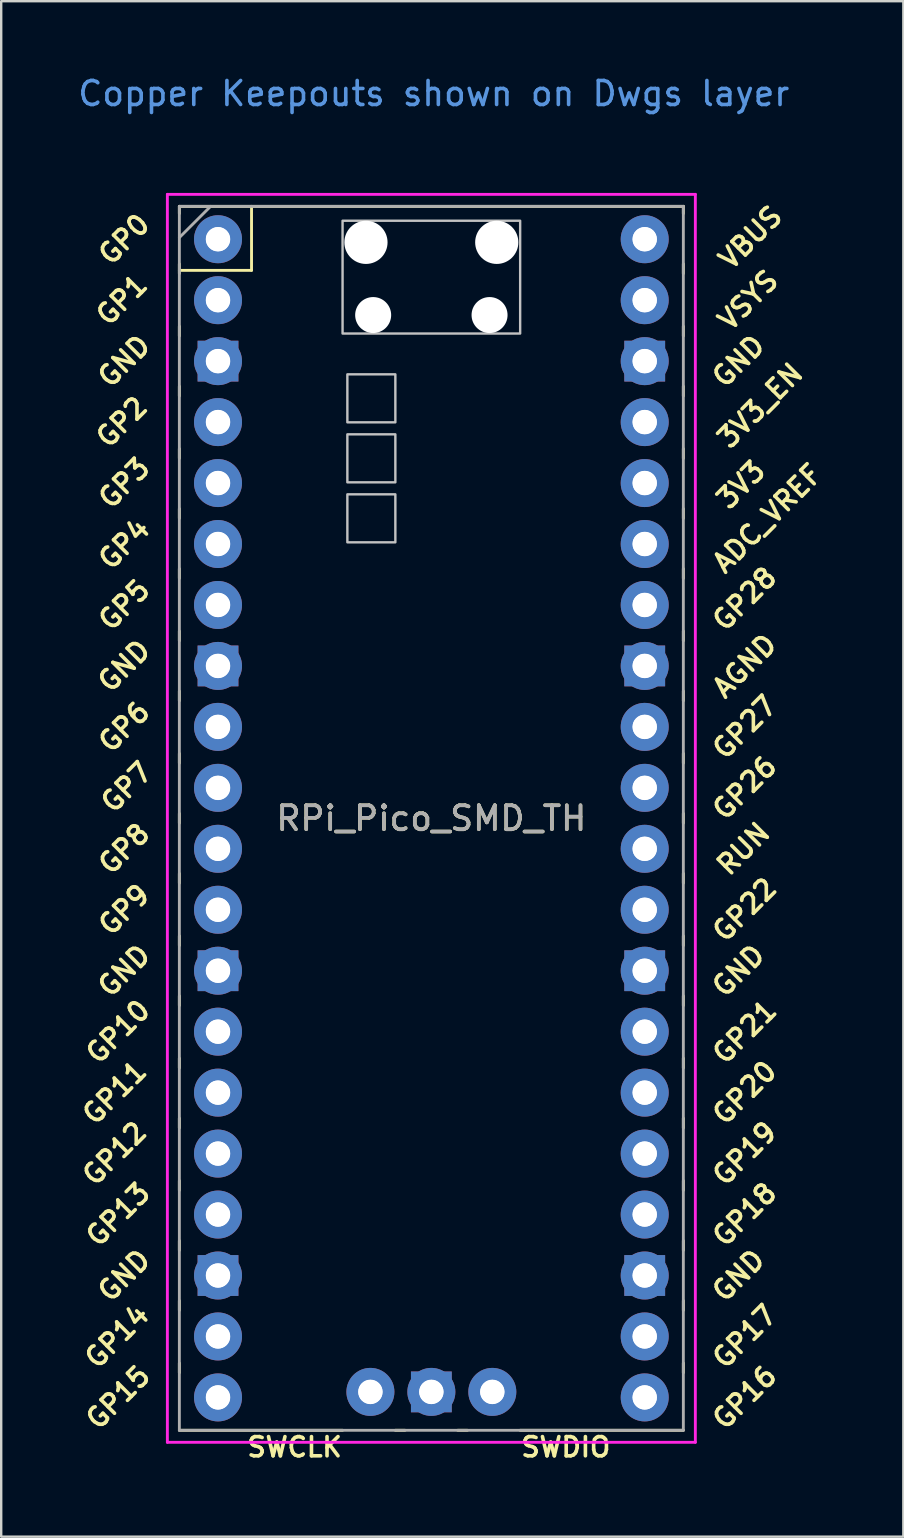
<source format=kicad_pcb>
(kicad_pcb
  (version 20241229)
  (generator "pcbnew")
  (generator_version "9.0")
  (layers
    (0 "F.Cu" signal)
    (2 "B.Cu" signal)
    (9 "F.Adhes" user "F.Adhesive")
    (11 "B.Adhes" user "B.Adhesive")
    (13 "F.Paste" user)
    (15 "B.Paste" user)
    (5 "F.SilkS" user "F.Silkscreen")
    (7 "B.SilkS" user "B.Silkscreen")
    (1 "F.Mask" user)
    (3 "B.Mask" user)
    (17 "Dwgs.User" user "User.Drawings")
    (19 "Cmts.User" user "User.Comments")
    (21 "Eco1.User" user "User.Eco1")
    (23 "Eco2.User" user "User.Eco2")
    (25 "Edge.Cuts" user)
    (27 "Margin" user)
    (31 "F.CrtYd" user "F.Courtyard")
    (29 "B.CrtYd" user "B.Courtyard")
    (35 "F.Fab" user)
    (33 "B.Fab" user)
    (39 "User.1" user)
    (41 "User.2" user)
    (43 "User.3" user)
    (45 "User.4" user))
  (footprint "RPi_Pico_SMD_TH"
    (layer "F.Cu")
    (at 14.924 31.048)
    (property "Reference" "RPi_Pico_SMD_TH" (at 0 0 0) (layer "F.SilkS") (effects (font (size 1 1) (thickness 0.15))))
    (attr through_hole)
    (fp_line (start -10.5 -25.5) (end -10.5 -25.2) (stroke (width 0.12) (type solid)) (layer "F.SilkS"))
    (fp_line (start -10.5 -25.5) (end 10.5 -25.5) (stroke (width 0.12) (type solid)) (layer "F.SilkS"))
    (fp_line (start -10.5 -23.1) (end -10.5 -22.7) (stroke (width 0.12) (type solid)) (layer "F.SilkS"))
    (fp_line (start -10.5 -22.833) (end -7.493 -22.833) (stroke (width 0.12) (type solid)) (layer "F.SilkS"))
    (fp_line (start -10.5 -20.5) (end -10.5 -20.1) (stroke (width 0.12) (type solid)) (layer "F.SilkS"))
    (fp_line (start -10.5 -18) (end -10.5 -17.6) (stroke (width 0.12) (type solid)) (layer "F.SilkS"))
    (fp_line (start -10.5 -15.4) (end -10.5 -15) (stroke (width 0.12) (type solid)) (layer "F.SilkS"))
    (fp_line (start -10.5 -12.9) (end -10.5 -12.5) (stroke (width 0.12) (type solid)) (layer "F.SilkS"))
    (fp_line (start -10.5 -10.4) (end -10.5 -10) (stroke (width 0.12) (type solid)) (layer "F.SilkS"))
    (fp_line (start -10.5 -7.8) (end -10.5 -7.4) (stroke (width 0.12) (type solid)) (layer "F.SilkS"))
    (fp_line (start -10.5 -5.3) (end -10.5 -4.9) (stroke (width 0.12) (type solid)) (layer "F.SilkS"))
    (fp_line (start -10.5 -2.7) (end -10.5 -2.3) (stroke (width 0.12) (type solid)) (layer "F.SilkS"))
    (fp_line (start -10.5 -0.2) (end -10.5 0.2) (stroke (width 0.12) (type solid)) (layer "F.SilkS"))
    (fp_line (start -10.5 2.3) (end -10.5 2.7) (stroke (width 0.12) (type solid)) (layer "F.SilkS"))
    (fp_line (start -10.5 4.9) (end -10.5 5.3) (stroke (width 0.12) (type solid)) (layer "F.SilkS"))
    (fp_line (start -10.5 7.4) (end -10.5 7.8) (stroke (width 0.12) (type solid)) (layer "F.SilkS"))
    (fp_line (start -10.5 10) (end -10.5 10.4) (stroke (width 0.12) (type solid)) (layer "F.SilkS"))
    (fp_line (start -10.5 12.5) (end -10.5 12.9) (stroke (width 0.12) (type solid)) (layer "F.SilkS"))
    (fp_line (start -10.5 15.1) (end -10.5 15.5) (stroke (width 0.12) (type solid)) (layer "F.SilkS"))
    (fp_line (start -10.5 17.6) (end -10.5 18) (stroke (width 0.12) (type solid)) (layer "F.SilkS"))
    (fp_line (start -10.5 20.1) (end -10.5 20.5) (stroke (width 0.12) (type solid)) (layer "F.SilkS"))
    (fp_line (start -10.5 22.7) (end -10.5 23.1) (stroke (width 0.12) (type solid)) (layer "F.SilkS"))
    (fp_line (start -7.493 -22.833) (end -7.493 -25.5) (stroke (width 0.12) (type solid)) (layer "F.SilkS"))
    (fp_line (start -3.7 25.5) (end -10.5 25.5) (stroke (width 0.12) (type solid)) (layer "F.SilkS"))
    (fp_line (start -1.5 25.5) (end -1.1 25.5) (stroke (width 0.12) (type solid)) (layer "F.SilkS"))
    (fp_line (start 1.1 25.5) (end 1.5 25.5) (stroke (width 0.12) (type solid)) (layer "F.SilkS"))
    (fp_line (start 10.5 -25.5) (end 10.5 -25.2) (stroke (width 0.12) (type solid)) (layer "F.SilkS"))
    (fp_line (start 10.5 -23.1) (end 10.5 -22.7) (stroke (width 0.12) (type solid)) (layer "F.SilkS"))
    (fp_line (start 10.5 -20.5) (end 10.5 -20.1) (stroke (width 0.12) (type solid)) (layer "F.SilkS"))
    (fp_line (start 10.5 -18) (end 10.5 -17.6) (stroke (width 0.12) (type solid)) (layer "F.SilkS"))
    (fp_line (start 10.5 -15.4) (end 10.5 -15) (stroke (width 0.12) (type solid)) (layer "F.SilkS"))
    (fp_line (start 10.5 -12.9) (end 10.5 -12.5) (stroke (width 0.12) (type solid)) (layer "F.SilkS"))
    (fp_line (start 10.5 -10.4) (end 10.5 -10) (stroke (width 0.12) (type solid)) (layer "F.SilkS"))
    (fp_line (start 10.5 -7.8) (end 10.5 -7.4) (stroke (width 0.12) (type solid)) (layer "F.SilkS"))
    (fp_line (start 10.5 -5.3) (end 10.5 -4.9) (stroke (width 0.12) (type solid)) (layer "F.SilkS"))
    (fp_line (start 10.5 -2.7) (end 10.5 -2.3) (stroke (width 0.12) (type solid)) (layer "F.SilkS"))
    (fp_line (start 10.5 -0.2) (end 10.5 0.2) (stroke (width 0.12) (type solid)) (layer "F.SilkS"))
    (fp_line (start 10.5 2.3) (end 10.5 2.7) (stroke (width 0.12) (type solid)) (layer "F.SilkS"))
    (fp_line (start 10.5 4.9) (end 10.5 5.3) (stroke (width 0.12) (type solid)) (layer "F.SilkS"))
    (fp_line (start 10.5 7.4) (end 10.5 7.8) (stroke (width 0.12) (type solid)) (layer "F.SilkS"))
    (fp_line (start 10.5 10) (end 10.5 10.4) (stroke (width 0.12) (type solid)) (layer "F.SilkS"))
    (fp_line (start 10.5 12.5) (end 10.5 12.9) (stroke (width 0.12) (type solid)) (layer "F.SilkS"))
    (fp_line (start 10.5 15.1) (end 10.5 15.5) (stroke (width 0.12) (type solid)) (layer "F.SilkS"))
    (fp_line (start 10.5 17.6) (end 10.5 18) (stroke (width 0.12) (type solid)) (layer "F.SilkS"))
    (fp_line (start 10.5 20.1) (end 10.5 20.5) (stroke (width 0.12) (type solid)) (layer "F.SilkS"))
    (fp_line (start 10.5 22.7) (end 10.5 23.1) (stroke (width 0.12) (type solid)) (layer "F.SilkS"))
    (fp_line (start 10.5 25.5) (end 3.7 25.5) (stroke (width 0.12) (type solid)) (layer "F.SilkS"))
    (fp_poly (pts (xy -1.5 -16.5) (xy -3.5 -16.5) (xy -3.5 -18.5) (xy -1.5 -18.5)) (stroke (width 0.1) (type solid)) (fill no) (layer "Dwgs.User"))
    (fp_poly (pts (xy -1.5 -14) (xy -3.5 -14) (xy -3.5 -16) (xy -1.5 -16)) (stroke (width 0.1) (type solid)) (fill no) (layer "Dwgs.User"))
    (fp_poly (pts (xy -1.5 -11.5) (xy -3.5 -11.5) (xy -3.5 -13.5) (xy -1.5 -13.5)) (stroke (width 0.1) (type solid)) (fill no) (layer "Dwgs.User"))
    (fp_poly (pts (xy 3.7 -20.2) (xy -3.7 -20.2) (xy -3.7 -24.9) (xy 3.7 -24.9)) (stroke (width 0.1) (type solid)) (fill no) (layer "Dwgs.User"))
    (fp_line (start -11 -26) (end 11 -26) (stroke (width 0.12) (type solid)) (layer "F.CrtYd"))
    (fp_line (start -11 26) (end -11 -26) (stroke (width 0.12) (type solid)) (layer "F.CrtYd"))
    (fp_line (start 11 -26) (end 11 26) (stroke (width 0.12) (type solid)) (layer "F.CrtYd"))
    (fp_line (start 11 26) (end -11 26) (stroke (width 0.12) (type solid)) (layer "F.CrtYd"))
    (fp_line (start -10.5 -25.5) (end 10.5 -25.5) (stroke (width 0.12) (type solid)) (layer "F.Fab"))
    (fp_line (start -10.5 -24.2) (end -9.2 -25.5) (stroke (width 0.12) (type solid)) (layer "F.Fab"))
    (fp_line (start -10.5 25.5) (end -10.5 -25.5) (stroke (width 0.12) (type solid)) (layer "F.Fab"))
    (fp_line (start 10.5 -25.5) (end 10.5 25.5) (stroke (width 0.12) (type solid)) (layer "F.Fab"))
    (fp_line (start 10.5 25.5) (end -10.5 25.5) (stroke (width 0.12) (type solid)) (layer "F.Fab"))
    (fp_text user "3V3" (at 12.9 -13.9 45) (layer "F.SilkS") (effects (font (size 0.8 0.8) (thickness 0.15))))
    (fp_text user "VBUS" (at 13.3 -24.2 45) (layer "F.SilkS") (effects (font (size 0.8 0.8) (thickness 0.15))))
    (fp_text user "GP16" (at 13.054 24.13 45) (layer "F.SilkS") (effects (font (size 0.8 0.8) (thickness 0.15))))
    (fp_text user "GP10" (at -13.054 8.89 45) (layer "F.SilkS") (effects (font (size 0.8 0.8) (thickness 0.15))))
    (fp_text user "GP0" (at -12.8 -24.13 45) (layer "F.SilkS") (effects (font (size 0.8 0.8) (thickness 0.15))))
    (fp_text user "GND" (at 12.8 -19.05 45) (layer "F.SilkS") (effects (font (size 0.8 0.8) (thickness 0.15))))
    (fp_text user "GP2" (at -12.9 -16.51 45) (layer "F.SilkS") (effects (font (size 0.8 0.8) (thickness 0.15))))
    (fp_text user "GND" (at 12.8 19.05 45) (layer "F.SilkS") (effects (font (size 0.8 0.8) (thickness 0.15))))
    (fp_text user "GP13" (at -13.054 16.51 45) (layer "F.SilkS") (effects (font (size 0.8 0.8) (thickness 0.15))))
    (fp_text user "GP20" (at 13.054 11.43 45) (layer "F.SilkS") (effects (font (size 0.8 0.8) (thickness 0.15))))
    (fp_text user "SWCLK" (at -5.7 26.2 0) (layer "F.SilkS") (effects (font (size 0.8 0.8) (thickness 0.15))))
    (fp_text user "GND" (at -12.8 -19.05 45) (layer "F.SilkS") (effects (font (size 0.8 0.8) (thickness 0.15))))
    (fp_text user "GP3" (at -12.8 -13.97 45) (layer "F.SilkS") (effects (font (size 0.8 0.8) (thickness 0.15))))
    (fp_text user "GP6" (at -12.8 -3.81 45) (layer "F.SilkS") (effects (font (size 0.8 0.8) (thickness 0.15))))
    (fp_text user "GP28" (at 13.054 -9.144 45) (layer "F.SilkS") (effects (font (size 0.8 0.8) (thickness 0.15))))
    (fp_text user "GP7" (at -12.7 -1.3 45) (layer "F.SilkS") (effects (font (size 0.8 0.8) (thickness 0.15))))
    (fp_text user "GP1" (at -12.9 -21.6 45) (layer "F.SilkS") (effects (font (size 0.8 0.8) (thickness 0.15))))
    (fp_text user "RUN" (at 13 1.27 45) (layer "F.SilkS") (effects (font (size 0.8 0.8) (thickness 0.15))))
    (fp_text user "3V3_EN" (at 13.7 -17.2 45) (layer "F.SilkS") (effects (font (size 0.8 0.8) (thickness 0.15))))
    (fp_text user "GP17" (at 13.054 21.59 45) (layer "F.SilkS") (effects (font (size 0.8 0.8) (thickness 0.15))))
    (fp_text user "VSYS" (at 13.2 -21.59 45) (layer "F.SilkS") (effects (font (size 0.8 0.8) (thickness 0.15))))
    (fp_text user "AGND" (at 13.054 -6.35 45) (layer "F.SilkS") (effects (font (size 0.8 0.8) (thickness 0.15))))
    (fp_text user "GP8" (at -12.8 1.27 45) (layer "F.SilkS") (effects (font (size 0.8 0.8) (thickness 0.15))))
    (fp_text user "GP5" (at -12.8 -8.89 45) (layer "F.SilkS") (effects (font (size 0.8 0.8) (thickness 0.15))))
    (fp_text user "GP9" (at -12.8 3.81 45) (layer "F.SilkS") (effects (font (size 0.8 0.8) (thickness 0.15))))
    (fp_text user "GP4" (at -12.8 -11.43 45) (layer "F.SilkS") (effects (font (size 0.8 0.8) (thickness 0.15))))
    (fp_text user "GND" (at 12.8 6.35 45) (layer "F.SilkS") (effects (font (size 0.8 0.8) (thickness 0.15))))
    (fp_text user "ADC_VREF" (at 14 -12.5 45) (layer "F.SilkS") (effects (font (size 0.8 0.8) (thickness 0.15))))
    (fp_text user "GND" (at -12.8 19.05 45) (layer "F.SilkS") (effects (font (size 0.8 0.8) (thickness 0.15))))
    (fp_text user "GP11" (at -13.2 11.43 45) (layer "F.SilkS") (effects (font (size 0.8 0.8) (thickness 0.15))))
    (fp_text user "SWDIO" (at 5.6 26.2 0) (layer "F.SilkS") (effects (font (size 0.8 0.8) (thickness 0.15))))
    (fp_text user "GP15" (at -13.054 24.13 45) (layer "F.SilkS") (effects (font (size 0.8 0.8) (thickness 0.15))))
    (fp_text user "GP22" (at 13.054 3.81 45) (layer "F.SilkS") (effects (font (size 0.8 0.8) (thickness 0.15))))
    (fp_text user "GP14" (at -13.1 21.59 45) (layer "F.SilkS") (effects (font (size 0.8 0.8) (thickness 0.15))))
    (fp_text user "GP19" (at 13.054 13.97 45) (layer "F.SilkS") (effects (font (size 0.8 0.8) (thickness 0.15))))
    (fp_text user "GP18" (at 13.054 16.51 45) (layer "F.SilkS") (effects (font (size 0.8 0.8) (thickness 0.15))))
    (fp_text user "GND" (at -12.8 -6.35 45) (layer "F.SilkS") (effects (font (size 0.8 0.8) (thickness 0.15))))
    (fp_text user "GND" (at -12.8 6.35 45) (layer "F.SilkS") (effects (font (size 0.8 0.8) (thickness 0.15))))
    (fp_text user "GP27" (at 13.054 -3.8 45) (layer "F.SilkS") (effects (font (size 0.8 0.8) (thickness 0.15))))
    (fp_text user "GP26" (at 13.054 -1.27 45) (layer "F.SilkS") (effects (font (size 0.8 0.8) (thickness 0.15))))
    (fp_text user "GP12" (at -13.2 13.97 45) (layer "F.SilkS") (effects (font (size 0.8 0.8) (thickness 0.15))))
    (fp_text user "GP21" (at 13.054 8.9 45) (layer "F.SilkS") (effects (font (size 0.8 0.8) (thickness 0.15))))
    (fp_text user "Copper Keepouts shown on Dwgs layer" (at 0.1 -30.2 0) (layer "Cmts.User") (effects (font (size 1 1) (thickness 0.15))))
    (fp_text user "${REFERENCE}" (at 0 0 180) (layer "F.Fab") (effects (font (size 1 1) (thickness 0.15))))
    (pad "" np_thru_hole oval (at -2.725 -24) (size 1.8 1.8) (drill 1.8) (layers "*.Cu" "*.Mask"))
    (pad "" np_thru_hole oval (at -2.425 -20.97) (size 1.5 1.5) (drill 1.5) (layers "*.Cu" "*.Mask"))
    (pad "" np_thru_hole oval (at 2.425 -20.97) (size 1.5 1.5) (drill 1.5) (layers "*.Cu" "*.Mask"))
    (pad "" np_thru_hole oval (at 2.725 -24) (size 1.8 1.8) (drill 1.8) (layers "*.Cu" "*.Mask"))
    (pad "1" thru_hole oval (at -8.89 -24.13) (size 1.7 1.7) (drill 1.02) (layers "*.Cu" "*.Mask"))
    (pad "1" thru_hole circle (at -8.89 -24.13) (size 2 2) (drill 1) (layers "*.Cu" "*.Mask"))
    (pad "2" thru_hole oval (at -8.89 -21.59) (size 1.7 1.7) (drill 1.02) (layers "*.Cu" "*.Mask"))
    (pad "2" thru_hole circle (at -8.89 -21.59) (size 2 2) (drill 1) (layers "*.Cu" "*.Mask"))
    (pad "3" thru_hole rect (at -8.89 -19.05) (size 1.7 1.7) (drill 1.02) (layers "*.Cu" "*.Mask"))
    (pad "3" thru_hole circle (at -8.89 -19.05) (size 2 2) (drill 1) (layers "*.Cu" "*.Mask"))
    (pad "4" thru_hole oval (at -8.89 -16.51) (size 1.7 1.7) (drill 1.02) (layers "*.Cu" "*.Mask"))
    (pad "4" thru_hole circle (at -8.89 -16.51) (size 2 2) (drill 1) (layers "*.Cu" "*.Mask"))
    (pad "5" thru_hole oval (at -8.89 -13.97) (size 1.7 1.7) (drill 1.02) (layers "*.Cu" "*.Mask"))
    (pad "5" thru_hole circle (at -8.89 -13.97) (size 2 2) (drill 1) (layers "*.Cu" "*.Mask"))
    (pad "6" thru_hole oval (at -8.89 -11.43) (size 1.7 1.7) (drill 1.02) (layers "*.Cu" "*.Mask"))
    (pad "6" thru_hole circle (at -8.89 -11.43) (size 2 2) (drill 1) (layers "*.Cu" "*.Mask"))
    (pad "7" thru_hole oval (at -8.89 -8.89) (size 1.7 1.7) (drill 1.02) (layers "*.Cu" "*.Mask"))
    (pad "7" thru_hole circle (at -8.89 -8.89) (size 2 2) (drill 1) (layers "*.Cu" "*.Mask"))
    (pad "8" thru_hole rect (at -8.89 -6.35) (size 1.7 1.7) (drill 1.02) (layers "*.Cu" "*.Mask"))
    (pad "8" thru_hole circle (at -8.89 -6.35) (size 2 2) (drill 1) (layers "*.Cu" "*.Mask"))
    (pad "9" thru_hole oval (at -8.89 -3.81) (size 1.7 1.7) (drill 1.02) (layers "*.Cu" "*.Mask"))
    (pad "9" thru_hole circle (at -8.89 -3.81) (size 2 2) (drill 1) (layers "*.Cu" "*.Mask"))
    (pad "10" thru_hole oval (at -8.89 -1.27) (size 1.7 1.7) (drill 1.02) (layers "*.Cu" "*.Mask"))
    (pad "10" thru_hole circle (at -8.89 -1.27) (size 2 2) (drill 1) (layers "*.Cu" "*.Mask"))
    (pad "11" thru_hole oval (at -8.89 1.27) (size 1.7 1.7) (drill 1.02) (layers "*.Cu" "*.Mask"))
    (pad "11" thru_hole circle (at -8.89 1.27) (size 2 2) (drill 1) (layers "*.Cu" "*.Mask"))
    (pad "12" thru_hole oval (at -8.89 3.81) (size 1.7 1.7) (drill 1.02) (layers "*.Cu" "*.Mask"))
    (pad "12" thru_hole circle (at -8.89 3.81) (size 2 2) (drill 1) (layers "*.Cu" "*.Mask"))
    (pad "13" thru_hole rect (at -8.89 6.35) (size 1.7 1.7) (drill 1.02) (layers "*.Cu" "*.Mask"))
    (pad "13" thru_hole circle (at -8.89 6.35) (size 2 2) (drill 1) (layers "*.Cu" "*.Mask"))
    (pad "14" thru_hole oval (at -8.89 8.89) (size 1.7 1.7) (drill 1.02) (layers "*.Cu" "*.Mask"))
    (pad "14" thru_hole circle (at -8.89 8.89) (size 2 2) (drill 1) (layers "*.Cu" "*.Mask"))
    (pad "15" thru_hole oval (at -8.89 11.43) (size 1.7 1.7) (drill 1.02) (layers "*.Cu" "*.Mask"))
    (pad "15" thru_hole circle (at -8.89 11.43) (size 2 2) (drill 1) (layers "*.Cu" "*.Mask"))
    (pad "16" thru_hole oval (at -8.89 13.97) (size 1.7 1.7) (drill 1.02) (layers "*.Cu" "*.Mask"))
    (pad "16" thru_hole circle (at -8.89 13.97) (size 2 2) (drill 1) (layers "*.Cu" "*.Mask"))
    (pad "17" thru_hole oval (at -8.89 16.51) (size 1.7 1.7) (drill 1.02) (layers "*.Cu" "*.Mask"))
    (pad "17" thru_hole circle (at -8.89 16.51) (size 2 2) (drill 1) (layers "*.Cu" "*.Mask"))
    (pad "18" thru_hole rect (at -8.89 19.05) (size 1.7 1.7) (drill 1.02) (layers "*.Cu" "*.Mask"))
    (pad "18" thru_hole circle (at -8.89 19.05) (size 2 2) (drill 1) (layers "*.Cu" "*.Mask"))
    (pad "19" thru_hole oval (at -8.89 21.59) (size 1.7 1.7) (drill 1.02) (layers "*.Cu" "*.Mask"))
    (pad "19" thru_hole circle (at -8.89 21.59) (size 2 2) (drill 1) (layers "*.Cu" "*.Mask"))
    (pad "20" thru_hole oval (at -8.89 24.13) (size 1.7 1.7) (drill 1.02) (layers "*.Cu" "*.Mask"))
    (pad "20" thru_hole circle (at -8.89 24.13) (size 2 2) (drill 1) (layers "*.Cu" "*.Mask"))
    (pad "21" thru_hole oval (at 8.89 24.13) (size 1.7 1.7) (drill 1.02) (layers "*.Cu" "*.Mask"))
    (pad "21" thru_hole circle (at 8.89 24.13) (size 2 2) (drill 1) (layers "*.Cu" "*.Mask"))
    (pad "22" thru_hole oval (at 8.89 21.59) (size 1.7 1.7) (drill 1.02) (layers "*.Cu" "*.Mask"))
    (pad "22" thru_hole circle (at 8.89 21.59) (size 2 2) (drill 1) (layers "*.Cu" "*.Mask"))
    (pad "23" thru_hole rect (at 8.89 19.05) (size 1.7 1.7) (drill 1.02) (layers "*.Cu" "*.Mask"))
    (pad "23" thru_hole circle (at 8.89 19.05) (size 2 2) (drill 1) (layers "*.Cu" "*.Mask"))
    (pad "24" thru_hole oval (at 8.89 16.51) (size 1.7 1.7) (drill 1.02) (layers "*.Cu" "*.Mask"))
    (pad "24" thru_hole circle (at 8.89 16.51) (size 2 2) (drill 1) (layers "*.Cu" "*.Mask"))
    (pad "25" thru_hole oval (at 8.89 13.97) (size 1.7 1.7) (drill 1.02) (layers "*.Cu" "*.Mask"))
    (pad "25" thru_hole circle (at 8.89 13.97) (size 2 2) (drill 1) (layers "*.Cu" "*.Mask"))
    (pad "26" thru_hole oval (at 8.89 11.43) (size 1.7 1.7) (drill 1.02) (layers "*.Cu" "*.Mask"))
    (pad "26" thru_hole circle (at 8.89 11.43) (size 2 2) (drill 1) (layers "*.Cu" "*.Mask"))
    (pad "27" thru_hole oval (at 8.89 8.89) (size 1.7 1.7) (drill 1.02) (layers "*.Cu" "*.Mask"))
    (pad "27" thru_hole circle (at 8.89 8.89) (size 2 2) (drill 1) (layers "*.Cu" "*.Mask"))
    (pad "28" thru_hole rect (at 8.89 6.35) (size 1.7 1.7) (drill 1.02) (layers "*.Cu" "*.Mask"))
    (pad "28" thru_hole circle (at 8.89 6.35) (size 2 2) (drill 1) (layers "*.Cu" "*.Mask"))
    (pad "29" thru_hole oval (at 8.89 3.81) (size 1.7 1.7) (drill 1.02) (layers "*.Cu" "*.Mask"))
    (pad "29" thru_hole circle (at 8.89 3.81) (size 2 2) (drill 1) (layers "*.Cu" "*.Mask"))
    (pad "30" thru_hole oval (at 8.89 1.27) (size 1.7 1.7) (drill 1.02) (layers "*.Cu" "*.Mask"))
    (pad "30" thru_hole circle (at 8.89 1.27) (size 2 2) (drill 1) (layers "*.Cu" "*.Mask"))
    (pad "31" thru_hole oval (at 8.89 -1.27) (size 1.7 1.7) (drill 1.02) (layers "*.Cu" "*.Mask"))
    (pad "31" thru_hole circle (at 8.89 -1.27) (size 2 2) (drill 1) (layers "*.Cu" "*.Mask"))
    (pad "32" thru_hole oval (at 8.89 -3.81) (size 1.7 1.7) (drill 1.02) (layers "*.Cu" "*.Mask"))
    (pad "32" thru_hole circle (at 8.89 -3.81) (size 2 2) (drill 1) (layers "*.Cu" "*.Mask"))
    (pad "33" thru_hole rect (at 8.89 -6.35) (size 1.7 1.7) (drill 1.02) (layers "*.Cu" "*.Mask"))
    (pad "33" thru_hole circle (at 8.89 -6.35) (size 2 2) (drill 1) (layers "*.Cu" "*.Mask"))
    (pad "34" thru_hole oval (at 8.89 -8.89) (size 1.7 1.7) (drill 1.02) (layers "*.Cu" "*.Mask"))
    (pad "34" thru_hole circle (at 8.89 -8.89) (size 2 2) (drill 1) (layers "*.Cu" "*.Mask"))
    (pad "35" thru_hole oval (at 8.89 -11.43) (size 1.7 1.7) (drill 1.02) (layers "*.Cu" "*.Mask"))
    (pad "35" thru_hole circle (at 8.89 -11.43) (size 2 2) (drill 1) (layers "*.Cu" "*.Mask"))
    (pad "36" thru_hole oval (at 8.89 -13.97) (size 1.7 1.7) (drill 1.02) (layers "*.Cu" "*.Mask"))
    (pad "36" thru_hole circle (at 8.89 -13.97) (size 2 2) (drill 1) (layers "*.Cu" "*.Mask"))
    (pad "37" thru_hole oval (at 8.89 -16.51) (size 1.7 1.7) (drill 1.02) (layers "*.Cu" "*.Mask"))
    (pad "37" thru_hole circle (at 8.89 -16.51) (size 2 2) (drill 1) (layers "*.Cu" "*.Mask"))
    (pad "38" thru_hole rect (at 8.89 -19.05) (size 1.7 1.7) (drill 1.02) (layers "*.Cu" "*.Mask"))
    (pad "38" thru_hole circle (at 8.89 -19.05) (size 2 2) (drill 1) (layers "*.Cu" "*.Mask"))
    (pad "39" thru_hole oval (at 8.89 -21.59) (size 1.7 1.7) (drill 1.02) (layers "*.Cu" "*.Mask"))
    (pad "39" thru_hole circle (at 8.89 -21.59) (size 2 2) (drill 1) (layers "*.Cu" "*.Mask"))
    (pad "40" thru_hole oval (at 8.89 -24.13) (size 1.7 1.7) (drill 1.02) (layers "*.Cu" "*.Mask"))
    (pad "40" thru_hole circle (at 8.89 -24.13) (size 2 2) (drill 1) (layers "*.Cu" "*.Mask"))
    (pad "41" thru_hole oval (at -2.54 23.9) (size 1.7 1.7) (drill 1.02) (layers "*.Cu" "*.Mask"))
    (pad "41" thru_hole circle (at -2.54 23.9 90) (size 2 2) (drill 1) (layers "*.Cu" "*.Mask"))
    (pad "42" thru_hole rect (at 0 23.9) (size 1.7 1.7) (drill 1.02) (layers "*.Cu" "*.Mask"))
    (pad "42" thru_hole circle (at 0 23.9 90) (size 2 2) (drill 1) (layers "*.Cu" "*.Mask"))
    (pad "43" thru_hole oval (at 2.54 23.9) (size 1.7 1.7) (drill 1.02) (layers "*.Cu" "*.Mask"))
    (pad "43" thru_hole circle (at 2.54 23.9 90) (size 2 2) (drill 1) (layers "*.Cu" "*.Mask")))
  (gr_rect
    (start -3 -3)
    (end 34.591 60.98)
    (stroke (width 0.1) (type default))
    (fill no)
    (layer "Edge.Cuts")))
</source>
